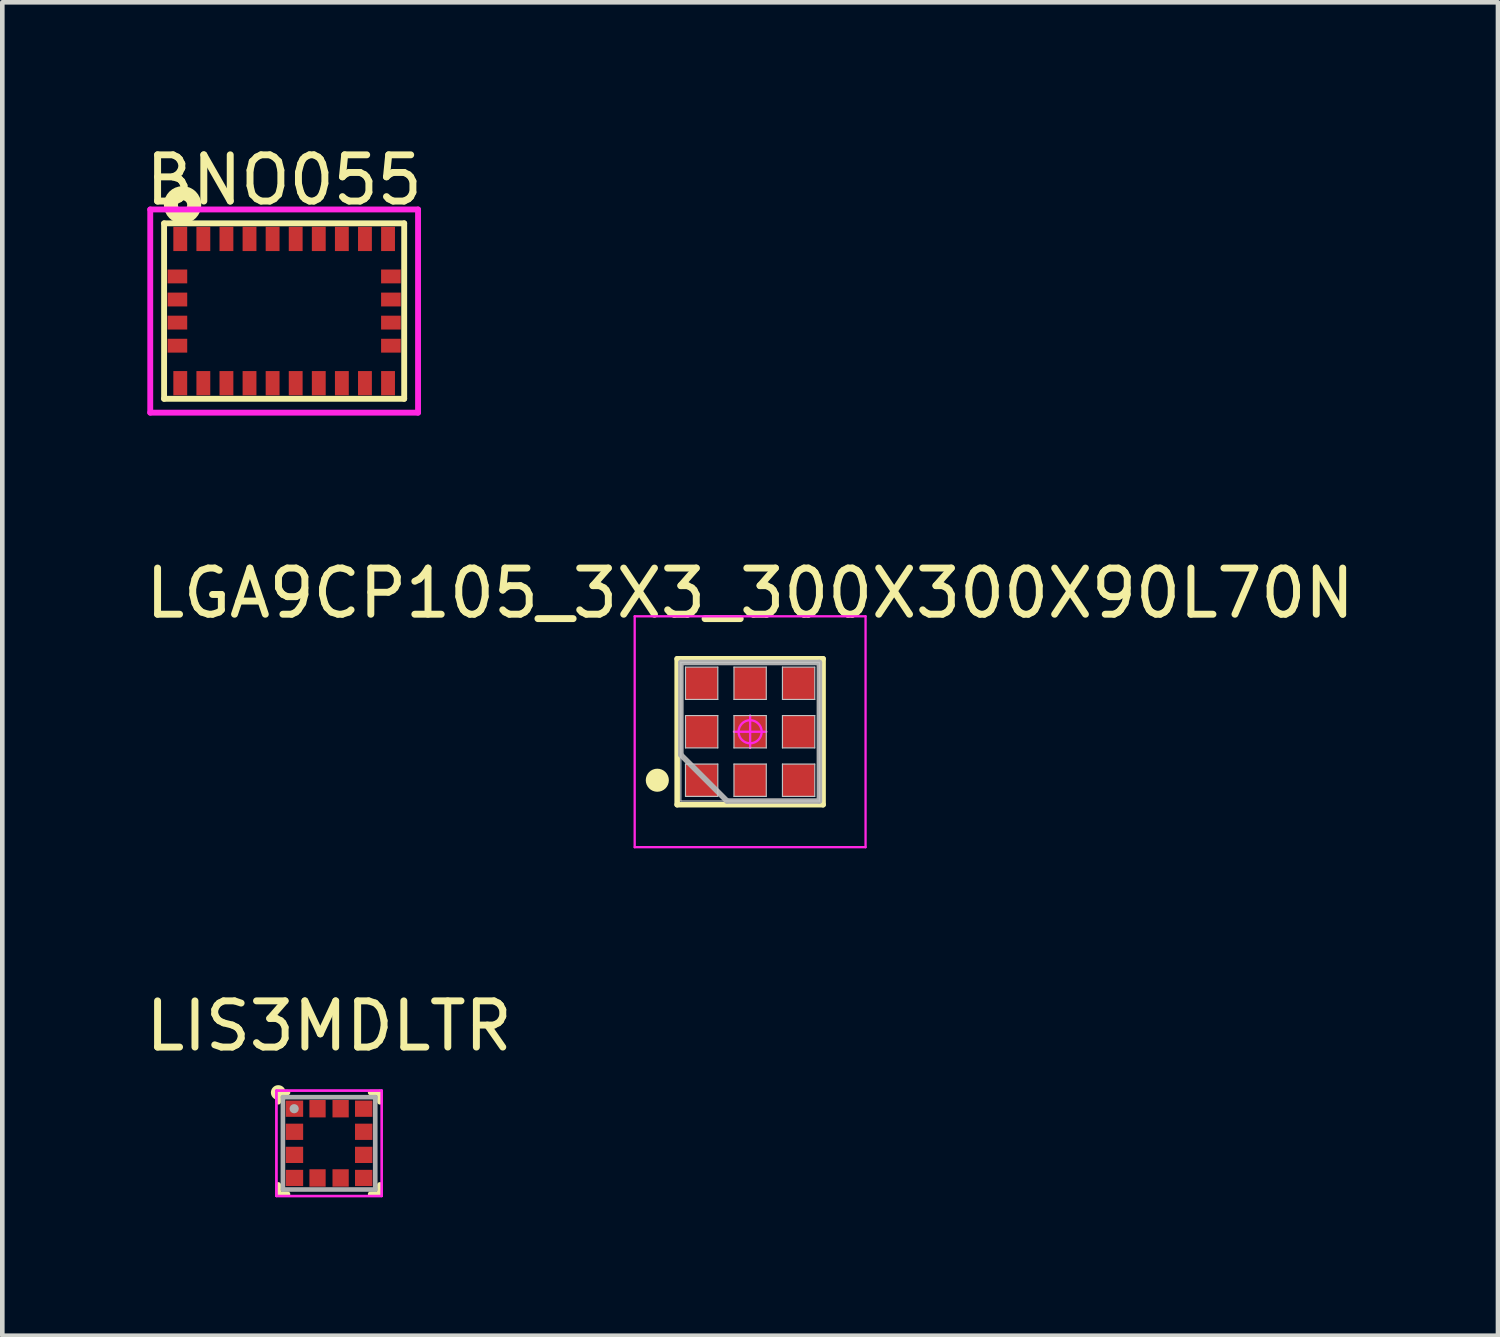
<source format=kicad_pcb>
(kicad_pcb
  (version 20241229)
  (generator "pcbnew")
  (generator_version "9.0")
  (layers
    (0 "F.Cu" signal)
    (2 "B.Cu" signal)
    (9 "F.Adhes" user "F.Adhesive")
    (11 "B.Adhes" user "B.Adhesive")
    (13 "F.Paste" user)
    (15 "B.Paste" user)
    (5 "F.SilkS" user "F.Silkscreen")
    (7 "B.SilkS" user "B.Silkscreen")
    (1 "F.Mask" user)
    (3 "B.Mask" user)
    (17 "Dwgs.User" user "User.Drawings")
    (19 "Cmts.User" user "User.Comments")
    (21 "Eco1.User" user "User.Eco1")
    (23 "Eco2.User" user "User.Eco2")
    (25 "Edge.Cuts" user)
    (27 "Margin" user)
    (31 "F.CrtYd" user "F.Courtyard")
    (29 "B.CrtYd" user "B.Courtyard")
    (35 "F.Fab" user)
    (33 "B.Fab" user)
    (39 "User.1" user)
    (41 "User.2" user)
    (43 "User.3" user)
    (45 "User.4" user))
  (footprint "LIS3MDLTR"
    (layer "F.Cu")
    (at 4.077 21.712)
    (property "Reference" "LIS3MDLTR" (at 0 -2.54 0) (layer "F.SilkS") (effects (font (size 1 1) (thickness 0.15))))
    (attr through_hole)
    (fp_line (start -1.1 -1.1) (end -1.1 -0.9) (stroke (width 0.12) (type default)) (layer "F.SilkS"))
    (fp_line (start -1.1 1.1) (end -1.1 0.9) (stroke (width 0.12) (type default)) (layer "F.SilkS"))
    (fp_line (start -0.9 -1.1) (end -1.1 -1.1) (stroke (width 0.12) (type default)) (layer "F.SilkS"))
    (fp_line (start -0.9 1.1) (end -1.1 1.1) (stroke (width 0.12) (type default)) (layer "F.SilkS"))
    (fp_line (start 0.9 -1.1) (end 1.1 -1.1) (stroke (width 0.12) (type default)) (layer "F.SilkS"))
    (fp_line (start 1.1 -1.1) (end 1.1 -0.9) (stroke (width 0.12) (type default)) (layer "F.SilkS"))
    (fp_line (start 1.1 0.9) (end 1.1 1.1) (stroke (width 0.12) (type default)) (layer "F.SilkS"))
    (fp_line (start 1.1 1.1) (end 0.9 1.1) (stroke (width 0.12) (type default)) (layer "F.SilkS"))
    (fp_circle (center -1.1 -1.1) (end -1.1 -1.2) (stroke (width 0.12) (type default)) (fill no) (layer "F.SilkS"))
    (fp_line (start -1.141 -1.141) (end 1.141 -1.141) (stroke (width 0.05) (type solid)) (layer "F.CrtYd"))
    (fp_line (start -1.141 -1.141) (end 1.141 -1.141) (stroke (width 0.05) (type solid)) (layer "F.CrtYd"))
    (fp_line (start -1.141 1.141) (end -1.141 -1.141) (stroke (width 0.05) (type solid)) (layer "F.CrtYd"))
    (fp_line (start -1.141 1.141) (end -1.141 -1.141) (stroke (width 0.05) (type solid)) (layer "F.CrtYd"))
    (fp_line (start 1.141 -1.141) (end 1.141 1.141) (stroke (width 0.05) (type solid)) (layer "F.CrtYd"))
    (fp_line (start 1.141 -1.141) (end 1.141 1.141) (stroke (width 0.05) (type solid)) (layer "F.CrtYd"))
    (fp_line (start 1.141 1.141) (end -1.141 1.141) (stroke (width 0.05) (type solid)) (layer "F.CrtYd"))
    (fp_line (start 1.141 1.141) (end -1.141 1.141) (stroke (width 0.05) (type solid)) (layer "F.CrtYd"))
    (fp_line (start -1 -1) (end -1 1) (stroke (width 0.1) (type solid)) (layer "F.Fab"))
    (fp_line (start -1 1) (end 1 1) (stroke (width 0.1) (type solid)) (layer "F.Fab"))
    (fp_line (start 1 -1) (end -1 -1) (stroke (width 0.1) (type solid)) (layer "F.Fab"))
    (fp_line (start 1 1) (end 1 -1) (stroke (width 0.1) (type solid)) (layer "F.Fab"))
    (fp_circle (center -0.756 -0.75) (end -0.756 -0.75) (stroke (width 0.1) (type solid)) (fill no) (layer "F.Fab"))
    (pad "1" smd rect (at -0.75 -0.75) (size 0.377 0.352) (layers "F.Cu" "F.Mask" "F.Paste"))
    (pad "2" smd rect (at -0.75 -0.25) (size 0.377 0.352) (layers "F.Cu" "F.Mask" "F.Paste"))
    (pad "3" smd rect (at -0.75 0.25) (size 0.377 0.352) (layers "F.Cu" "F.Mask" "F.Paste"))
    (pad "4" smd rect (at -0.75 0.75) (size 0.377 0.352) (layers "F.Cu" "F.Mask" "F.Paste"))
    (pad "5" smd rect (at -0.25 0.75 90) (size 0.377 0.352) (layers "F.Cu" "F.Mask" "F.Paste"))
    (pad "6" smd rect (at 0.25 0.75 90) (size 0.377 0.352) (layers "F.Cu" "F.Mask" "F.Paste"))
    (pad "7" smd rect (at 0.75 0.75) (size 0.377 0.352) (layers "F.Cu" "F.Mask" "F.Paste"))
    (pad "8" smd rect (at 0.75 0.25) (size 0.377 0.352) (layers "F.Cu" "F.Mask" "F.Paste"))
    (pad "9" smd rect (at 0.75 -0.25) (size 0.377 0.352) (layers "F.Cu" "F.Mask" "F.Paste"))
    (pad "10" smd rect (at 0.75 -0.75) (size 0.377 0.352) (layers "F.Cu" "F.Mask" "F.Paste"))
    (pad "11" smd rect (at 0.25 -0.75 90) (size 0.377 0.352) (layers "F.Cu" "F.Mask" "F.Paste"))
    (pad "12" smd rect (at -0.25 -0.75 90) (size 0.377 0.352) (layers "F.Cu" "F.Mask" "F.Paste")))
  (footprint "BNO055"
    (layer "F.Cu")
    (at 3.104 3.687)
    (property "Reference" "BNO055" (at 0 -2.838 0) (layer "F.SilkS") (effects (font (size 1.001 1.001) (thickness 0.15))))
    (attr smd)
    (fp_line (start -2.6 -1.9) (end -2.6 1.9) (stroke (width 0.127) (type solid)) (layer "F.SilkS"))
    (fp_line (start -2.6 1.9) (end 2.6 1.9) (stroke (width 0.127) (type solid)) (layer "F.SilkS"))
    (fp_line (start 2.6 -1.9) (end -2.6 -1.9) (stroke (width 0.127) (type solid)) (layer "F.SilkS"))
    (fp_line (start 2.6 1.9) (end 2.6 -1.9) (stroke (width 0.127) (type solid)) (layer "F.SilkS"))
    (fp_circle (center -2.2 -2.3) (end -2.1 -2.3) (stroke (width 0.305) (type solid)) (fill no) (layer "F.SilkS"))
    (fp_line (start -2.9 -2.2) (end 2.9 -2.2) (stroke (width 0.127) (type solid)) (layer "F.CrtYd"))
    (fp_line (start -2.9 2.2) (end -2.9 -2.2) (stroke (width 0.127) (type solid)) (layer "F.CrtYd"))
    (fp_line (start 2.9 -2.2) (end 2.9 2.2) (stroke (width 0.127) (type solid)) (layer "F.CrtYd"))
    (fp_line (start 2.9 2.2) (end -2.9 2.2) (stroke (width 0.127) (type solid)) (layer "F.CrtYd"))
    (pad "1" smd rect (at -2.25 -1.562 180) (size 0.3 0.525) (layers "F.Cu" "F.Mask" "F.Paste"))
    (pad "2" smd rect (at -2.312 -0.75 270) (size 0.3 0.425) (layers "F.Cu" "F.Mask" "F.Paste"))
    (pad "3" smd rect (at -2.312 -0.25 270) (size 0.3 0.425) (layers "F.Cu" "F.Mask" "F.Paste"))
    (pad "4" smd rect (at -2.312 0.25 270) (size 0.3 0.425) (layers "F.Cu" "F.Mask" "F.Paste"))
    (pad "5" smd rect (at -2.312 0.75 270) (size 0.3 0.425) (layers "F.Cu" "F.Mask" "F.Paste"))
    (pad "6" smd rect (at -2.25 1.562 180) (size 0.3 0.525) (layers "F.Cu" "F.Mask" "F.Paste"))
    (pad "7" smd rect (at -1.75 1.562 180) (size 0.3 0.525) (layers "F.Cu" "F.Mask" "F.Paste"))
    (pad "8" smd rect (at -1.25 1.562 180) (size 0.3 0.525) (layers "F.Cu" "F.Mask" "F.Paste"))
    (pad "9" smd rect (at -0.75 1.562 180) (size 0.3 0.525) (layers "F.Cu" "F.Mask" "F.Paste"))
    (pad "10" smd rect (at -0.25 1.562 180) (size 0.3 0.525) (layers "F.Cu" "F.Mask" "F.Paste"))
    (pad "11" smd rect (at 0.25 1.562 180) (size 0.3 0.525) (layers "F.Cu" "F.Mask" "F.Paste"))
    (pad "12" smd rect (at 0.75 1.562 180) (size 0.3 0.525) (layers "F.Cu" "F.Mask" "F.Paste"))
    (pad "13" smd rect (at 1.25 1.562 180) (size 0.3 0.525) (layers "F.Cu" "F.Mask" "F.Paste"))
    (pad "14" smd rect (at 1.75 1.562 180) (size 0.3 0.525) (layers "F.Cu" "F.Mask" "F.Paste"))
    (pad "15" smd rect (at 2.25 1.562 180) (size 0.3 0.525) (layers "F.Cu" "F.Mask" "F.Paste"))
    (pad "16" smd rect (at 2.312 0.75 270) (size 0.3 0.425) (layers "F.Cu" "F.Mask" "F.Paste"))
    (pad "17" smd rect (at 2.312 0.25 270) (size 0.3 0.425) (layers "F.Cu" "F.Mask" "F.Paste"))
    (pad "18" smd rect (at 2.312 -0.25 270) (size 0.3 0.425) (layers "F.Cu" "F.Mask" "F.Paste"))
    (pad "19" smd rect (at 2.312 -0.75 270) (size 0.3 0.425) (layers "F.Cu" "F.Mask" "F.Paste"))
    (pad "20" smd rect (at 2.25 -1.562 180) (size 0.3 0.525) (layers "F.Cu" "F.Mask" "F.Paste"))
    (pad "21" smd rect (at 1.75 -1.562 180) (size 0.3 0.525) (layers "F.Cu" "F.Mask" "F.Paste"))
    (pad "22" smd rect (at 1.25 -1.562 180) (size 0.3 0.525) (layers "F.Cu" "F.Mask" "F.Paste"))
    (pad "23" smd rect (at 0.75 -1.562 180) (size 0.3 0.525) (layers "F.Cu" "F.Mask" "F.Paste"))
    (pad "24" smd rect (at 0.25 -1.562 180) (size 0.3 0.525) (layers "F.Cu" "F.Mask" "F.Paste"))
    (pad "25" smd rect (at -0.25 -1.562 180) (size 0.3 0.525) (layers "F.Cu" "F.Mask" "F.Paste"))
    (pad "26" smd rect (at -0.75 -1.562 180) (size 0.3 0.525) (layers "F.Cu" "F.Mask" "F.Paste"))
    (pad "27" smd rect (at -1.25 -1.562 180) (size 0.3 0.525) (layers "F.Cu" "F.Mask" "F.Paste"))
    (pad "28" smd rect (at -1.75 -1.562 180) (size 0.3 0.525) (layers "F.Cu" "F.Mask" "F.Paste")))
  (footprint "LGA9CP105_3X3_300X300X90L70N"
    (layer "F.Cu")
    (at 13.196 12.798)
    (property "Reference" "LGA9CP105_3X3_300X300X90L70N" (at 0 -3 0) (layer "F.SilkS") (effects (font (size 1 1) (thickness 0.15))))
    (attr smd)
    (fp_line (start -1.58 -1.58) (end 1.58 -1.58) (stroke (width 0.12) (type solid)) (layer "F.SilkS"))
    (fp_line (start -1.58 1.58) (end -1.58 -1.58) (stroke (width 0.12) (type solid)) (layer "F.SilkS"))
    (fp_line (start 1.58 -1.58) (end 1.58 1.58) (stroke (width 0.12) (type solid)) (layer "F.SilkS"))
    (fp_line (start 1.58 1.58) (end -1.58 1.58) (stroke (width 0.12) (type solid)) (layer "F.SilkS"))
    (fp_circle (center -2.01 1.05) (end -2.01 1.175) (stroke (width 0.25) (type solid)) (fill no) (layer "F.SilkS"))
    (fp_line (start -1.5 -1.5) (end 1.5 -1.5) (stroke (width 0.025) (type solid)) (layer "Dwgs.User"))
    (fp_line (start -1.5 1.5) (end -1.5 -1.5) (stroke (width 0.025) (type solid)) (layer "Dwgs.User"))
    (fp_line (start -1.4 -1.4) (end -0.7 -1.4) (stroke (width 0.025) (type solid)) (layer "Dwgs.User"))
    (fp_line (start -1.4 -0.7) (end -1.4 -1.4) (stroke (width 0.025) (type solid)) (layer "Dwgs.User"))
    (fp_line (start -1.4 -0.35) (end -0.7 -0.35) (stroke (width 0.025) (type solid)) (layer "Dwgs.User"))
    (fp_line (start -1.4 0.35) (end -1.4 -0.35) (stroke (width 0.025) (type solid)) (layer "Dwgs.User"))
    (fp_line (start -1.4 0.7) (end -0.7 0.7) (stroke (width 0.025) (type solid)) (layer "Dwgs.User"))
    (fp_line (start -1.4 1.4) (end -1.4 0.7) (stroke (width 0.025) (type solid)) (layer "Dwgs.User"))
    (fp_line (start -0.7 -1.4) (end -0.7 -0.7) (stroke (width 0.025) (type solid)) (layer "Dwgs.User"))
    (fp_line (start -0.7 -0.7) (end -1.4 -0.7) (stroke (width 0.025) (type solid)) (layer "Dwgs.User"))
    (fp_line (start -0.7 -0.35) (end -0.7 0.35) (stroke (width 0.025) (type solid)) (layer "Dwgs.User"))
    (fp_line (start -0.7 0.35) (end -1.4 0.35) (stroke (width 0.025) (type solid)) (layer "Dwgs.User"))
    (fp_line (start -0.7 0.7) (end -0.7 1.4) (stroke (width 0.025) (type solid)) (layer "Dwgs.User"))
    (fp_line (start -0.7 1.4) (end -1.4 1.4) (stroke (width 0.025) (type solid)) (layer "Dwgs.User"))
    (fp_line (start -0.35 -1.4) (end 0.35 -1.4) (stroke (width 0.025) (type solid)) (layer "Dwgs.User"))
    (fp_line (start -0.35 -0.7) (end -0.35 -1.4) (stroke (width 0.025) (type solid)) (layer "Dwgs.User"))
    (fp_line (start -0.35 -0.35) (end 0.35 -0.35) (stroke (width 0.025) (type solid)) (layer "Dwgs.User"))
    (fp_line (start -0.35 0.35) (end -0.35 -0.35) (stroke (width 0.025) (type solid)) (layer "Dwgs.User"))
    (fp_line (start -0.35 0.7) (end 0.35 0.7) (stroke (width 0.025) (type solid)) (layer "Dwgs.User"))
    (fp_line (start -0.35 1.4) (end -0.35 0.7) (stroke (width 0.025) (type solid)) (layer "Dwgs.User"))
    (fp_line (start 0.35 -1.4) (end 0.35 -0.7) (stroke (width 0.025) (type solid)) (layer "Dwgs.User"))
    (fp_line (start 0.35 -0.7) (end -0.35 -0.7) (stroke (width 0.025) (type solid)) (layer "Dwgs.User"))
    (fp_line (start 0.35 -0.35) (end 0.35 0.35) (stroke (width 0.025) (type solid)) (layer "Dwgs.User"))
    (fp_line (start 0.35 0.35) (end -0.35 0.35) (stroke (width 0.025) (type solid)) (layer "Dwgs.User"))
    (fp_line (start 0.35 0.7) (end 0.35 1.4) (stroke (width 0.025) (type solid)) (layer "Dwgs.User"))
    (fp_line (start 0.35 1.4) (end -0.35 1.4) (stroke (width 0.025) (type solid)) (layer "Dwgs.User"))
    (fp_line (start 0.7 -1.4) (end 1.4 -1.4) (stroke (width 0.025) (type solid)) (layer "Dwgs.User"))
    (fp_line (start 0.7 -0.7) (end 0.7 -1.4) (stroke (width 0.025) (type solid)) (layer "Dwgs.User"))
    (fp_line (start 0.7 -0.35) (end 1.4 -0.35) (stroke (width 0.025) (type solid)) (layer "Dwgs.User"))
    (fp_line (start 0.7 0.35) (end 0.7 -0.35) (stroke (width 0.025) (type solid)) (layer "Dwgs.User"))
    (fp_line (start 0.7 0.7) (end 1.4 0.7) (stroke (width 0.025) (type solid)) (layer "Dwgs.User"))
    (fp_line (start 0.7 1.4) (end 0.7 0.7) (stroke (width 0.025) (type solid)) (layer "Dwgs.User"))
    (fp_line (start 1.4 -1.4) (end 1.4 -0.7) (stroke (width 0.025) (type solid)) (layer "Dwgs.User"))
    (fp_line (start 1.4 -0.7) (end 0.7 -0.7) (stroke (width 0.025) (type solid)) (layer "Dwgs.User"))
    (fp_line (start 1.4 -0.35) (end 1.4 0.35) (stroke (width 0.025) (type solid)) (layer "Dwgs.User"))
    (fp_line (start 1.4 0.35) (end 0.7 0.35) (stroke (width 0.025) (type solid)) (layer "Dwgs.User"))
    (fp_line (start 1.4 0.7) (end 1.4 1.4) (stroke (width 0.025) (type solid)) (layer "Dwgs.User"))
    (fp_line (start 1.4 1.4) (end 0.7 1.4) (stroke (width 0.025) (type solid)) (layer "Dwgs.User"))
    (fp_line (start 1.5 -1.5) (end 1.5 1.5) (stroke (width 0.025) (type solid)) (layer "Dwgs.User"))
    (fp_line (start 1.5 1.5) (end -1.5 1.5) (stroke (width 0.025) (type solid)) (layer "Dwgs.User"))
    (fp_line (start -2.5 -2.5) (end -2.5 2.5) (stroke (width 0.05) (type solid)) (layer "F.CrtYd"))
    (fp_line (start -2.5 2.5) (end 2.5 2.5) (stroke (width 0.05) (type solid)) (layer "F.CrtYd"))
    (fp_line (start -0.35 0) (end 0.35 0) (stroke (width 0.05) (type solid)) (layer "F.CrtYd"))
    (fp_line (start 0 -0.35) (end 0 0.35) (stroke (width 0.05) (type solid)) (layer "F.CrtYd"))
    (fp_line (start 2.5 -2.5) (end -2.5 -2.5) (stroke (width 0.05) (type solid)) (layer "F.CrtYd"))
    (fp_line (start 2.5 2.5) (end 2.5 -2.5) (stroke (width 0.05) (type solid)) (layer "F.CrtYd"))
    (fp_circle (center 0 0) (end 0 0.25) (stroke (width 0.05) (type solid)) (fill no) (layer "F.CrtYd"))
    (fp_line (start -1.5 -1.5) (end 1.5 -1.5) (stroke (width 0.12) (type solid)) (layer "F.Fab"))
    (fp_line (start -1.5 0.5) (end -1.5 -1.5) (stroke (width 0.12) (type solid)) (layer "F.Fab"))
    (fp_line (start -0.5 1.5) (end -1.5 0.5) (stroke (width 0.12) (type solid)) (layer "F.Fab"))
    (fp_line (start 1.5 -1.5) (end 1.5 1.5) (stroke (width 0.12) (type solid)) (layer "F.Fab"))
    (fp_line (start 1.5 1.5) (end -0.5 1.5) (stroke (width 0.12) (type solid)) (layer "F.Fab"))
    (pad "1" smd rect (at -1.05 1.05) (size 0.7 0.7) (layers "F.Cu" "F.Mask" "F.Paste"))
    (pad "2" smd rect (at -1.05 0) (size 0.7 0.7) (layers "F.Cu" "F.Mask" "F.Paste"))
    (pad "3" smd rect (at -1.05 -1.05) (size 0.7 0.7) (layers "F.Cu" "F.Mask" "F.Paste"))
    (pad "4" smd rect (at 0 -1.05) (size 0.7 0.7) (layers "F.Cu" "F.Mask" "F.Paste"))
    (pad "5" smd rect (at 1.05 -1.05) (size 0.7 0.7) (layers "F.Cu" "F.Mask" "F.Paste"))
    (pad "6" smd rect (at 1.05 0) (size 0.7 0.7) (layers "F.Cu" "F.Mask" "F.Paste"))
    (pad "7" smd rect (at 1.05 1.05) (size 0.7 0.7) (layers "F.Cu" "F.Mask" "F.Paste"))
    (pad "8" smd rect (at 0 1.05) (size 0.7 0.7) (layers "F.Cu" "F.Mask" "F.Paste"))
    (pad "9" smd rect (at 0 0) (size 0.7 0.7) (layers "F.Cu" "F.Mask" "F.Paste")))
  (gr_rect
    (start -3 -3)
    (end 29.393 25.878)
    (stroke (width 0.1) (type default))
    (fill no)
    (layer "Edge.Cuts")))
</source>
